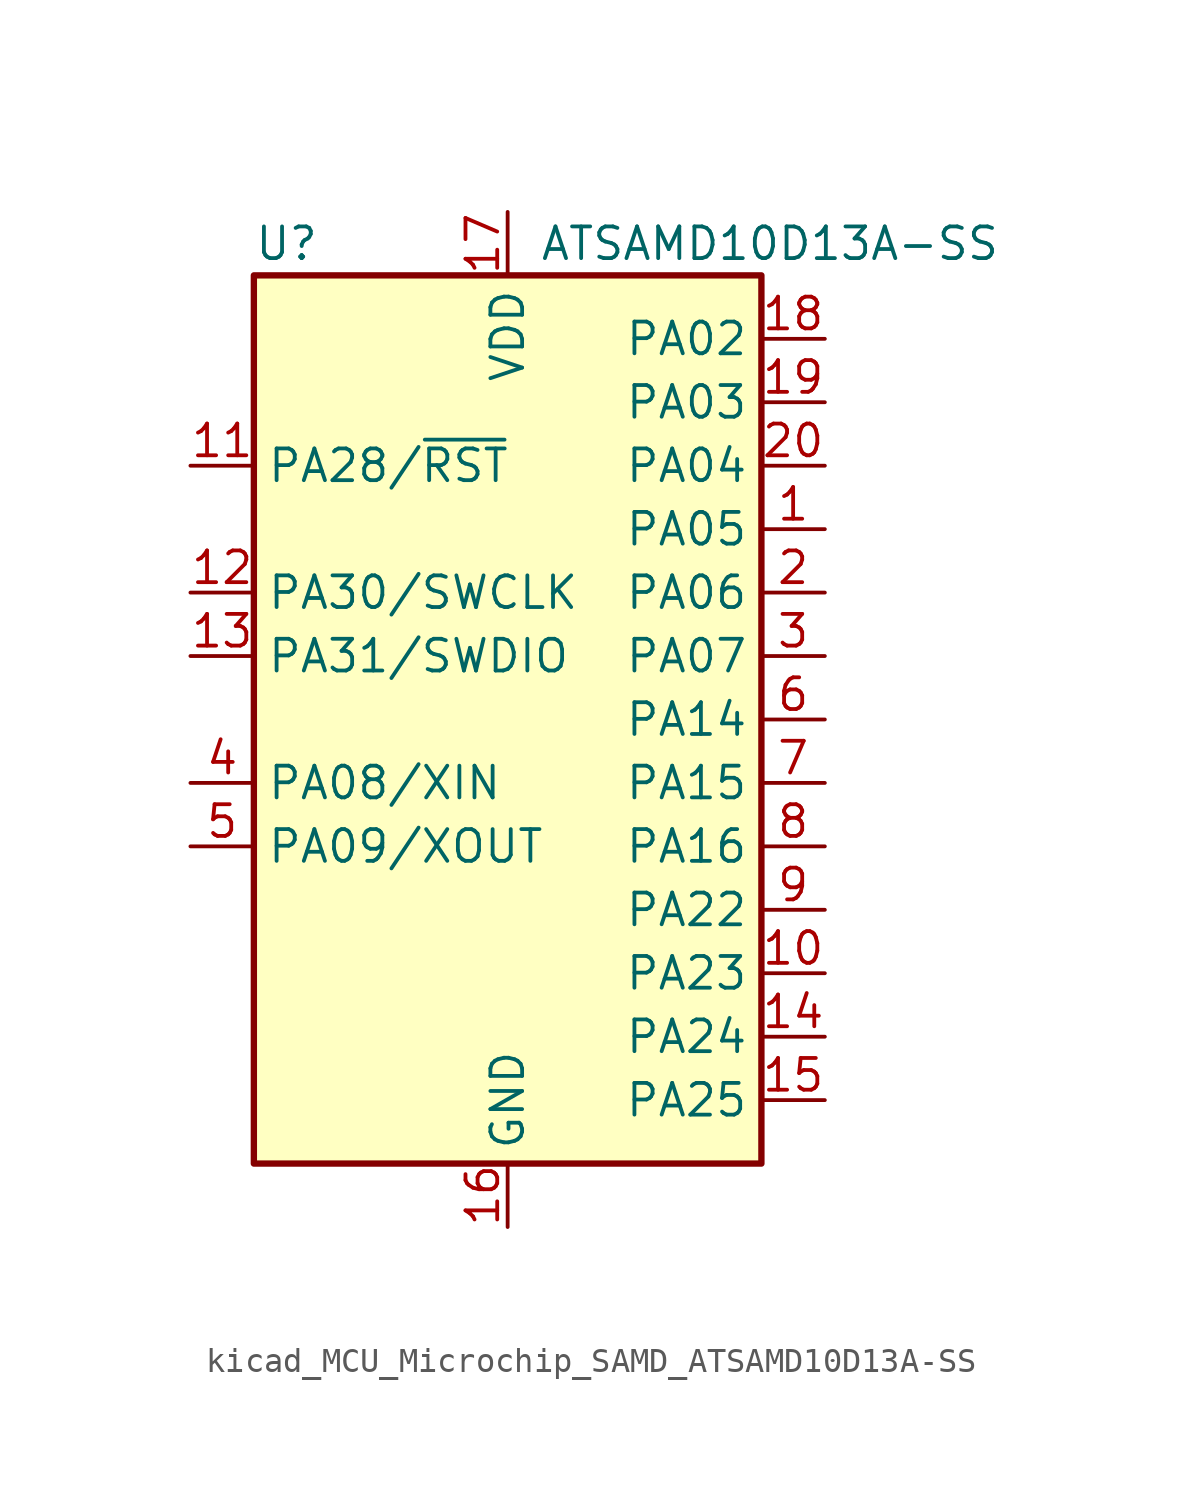
<source format=kicad_sym>
(kicad_symbol_lib
  (version 20220914)
  (generator kicad_symbol_editor)
  (symbol "kicad_MCU_Microchip_SAMD_ATSAMD10D13A-SS"
    (property "Reference" "U"
      (at -10.16 19.05 0)
      (effects (font (size 1.27 1.27)) (justify left)))
    (property "Value" "ATSAMD10D13A-SS"
      (at 1.27 19.05 0)
      (effects (font (size 1.27 1.27)) (justify left)))
    (symbol "kicad_MCU_Microchip_SAMD_ATSAMD10D13A-SS_0_1"
      (rectangle (start -10.16 17.78) (end 10.16 -17.78) (stroke (width 0.254) (type default)) (fill (type background))))
    (symbol "kicad_MCU_Microchip_SAMD_ATSAMD10D13A-SS_1_1"
      (pin bidirectional line (at 12.7 7.62 180) (length 2.54) (name "PA05" (effects (font (size 1.27 1.27)))) (number "1" (effects (font (size 1.27 1.27)))))
      (pin bidirectional line (at 12.7 -10.16 180) (length 2.54) (name "PA23" (effects (font (size 1.27 1.27)))) (number "10" (effects (font (size 1.27 1.27)))))
      (pin bidirectional line (at -12.7 10.16 0) (length 2.54) (name "PA28/~{RST}" (effects (font (size 1.27 1.27)))) (number "11" (effects (font (size 1.27 1.27)))))
      (pin bidirectional line (at -12.7 5.08 0) (length 2.54) (name "PA30/SWCLK" (effects (font (size 1.27 1.27)))) (number "12" (effects (font (size 1.27 1.27)))))
      (pin bidirectional line (at -12.7 2.54 0) (length 2.54) (name "PA31/SWDIO" (effects (font (size 1.27 1.27)))) (number "13" (effects (font (size 1.27 1.27)))))
      (pin bidirectional line (at 12.7 -12.7 180) (length 2.54) (name "PA24" (effects (font (size 1.27 1.27)))) (number "14" (effects (font (size 1.27 1.27)))))
      (pin bidirectional line (at 12.7 -15.24 180) (length 2.54) (name "PA25" (effects (font (size 1.27 1.27)))) (number "15" (effects (font (size 1.27 1.27)))))
      (pin power_in line (at 0 -20.32 90) (length 2.54) (name "GND" (effects (font (size 1.27 1.27)))) (number "16" (effects (font (size 1.27 1.27)))))
      (pin power_in line (at 0 20.32 270) (length 2.54) (name "VDD" (effects (font (size 1.27 1.27)))) (number "17" (effects (font (size 1.27 1.27)))))
      (pin bidirectional line (at 12.7 15.24 180) (length 2.54) (name "PA02" (effects (font (size 1.27 1.27)))) (number "18" (effects (font (size 1.27 1.27)))))
      (pin bidirectional line (at 12.7 12.7 180) (length 2.54) (name "PA03" (effects (font (size 1.27 1.27)))) (number "19" (effects (font (size 1.27 1.27)))))
      (pin bidirectional line (at 12.7 5.08 180) (length 2.54) (name "PA06" (effects (font (size 1.27 1.27)))) (number "2" (effects (font (size 1.27 1.27)))))
      (pin bidirectional line (at 12.7 10.16 180) (length 2.54) (name "PA04" (effects (font (size 1.27 1.27)))) (number "20" (effects (font (size 1.27 1.27)))))
      (pin bidirectional line (at 12.7 2.54 180) (length 2.54) (name "PA07" (effects (font (size 1.27 1.27)))) (number "3" (effects (font (size 1.27 1.27)))))
      (pin bidirectional line (at -12.7 -2.54 0) (length 2.54) (name "PA08/XIN" (effects (font (size 1.27 1.27)))) (number "4" (effects (font (size 1.27 1.27)))))
      (pin bidirectional line (at -12.7 -5.08 0) (length 2.54) (name "PA09/XOUT" (effects (font (size 1.27 1.27)))) (number "5" (effects (font (size 1.27 1.27)))))
      (pin bidirectional line (at 12.7 0 180) (length 2.54) (name "PA14" (effects (font (size 1.27 1.27)))) (number "6" (effects (font (size 1.27 1.27)))))
      (pin bidirectional line (at 12.7 -2.54 180) (length 2.54) (name "PA15" (effects (font (size 1.27 1.27)))) (number "7" (effects (font (size 1.27 1.27)))))
      (pin bidirectional line (at 12.7 -5.08 180) (length 2.54) (name "PA16" (effects (font (size 1.27 1.27)))) (number "8" (effects (font (size 1.27 1.27)))))
      (pin bidirectional line (at 12.7 -7.62 180) (length 2.54) (name "PA22" (effects (font (size 1.27 1.27)))) (number "9" (effects (font (size 1.27 1.27))))))))
</source>
